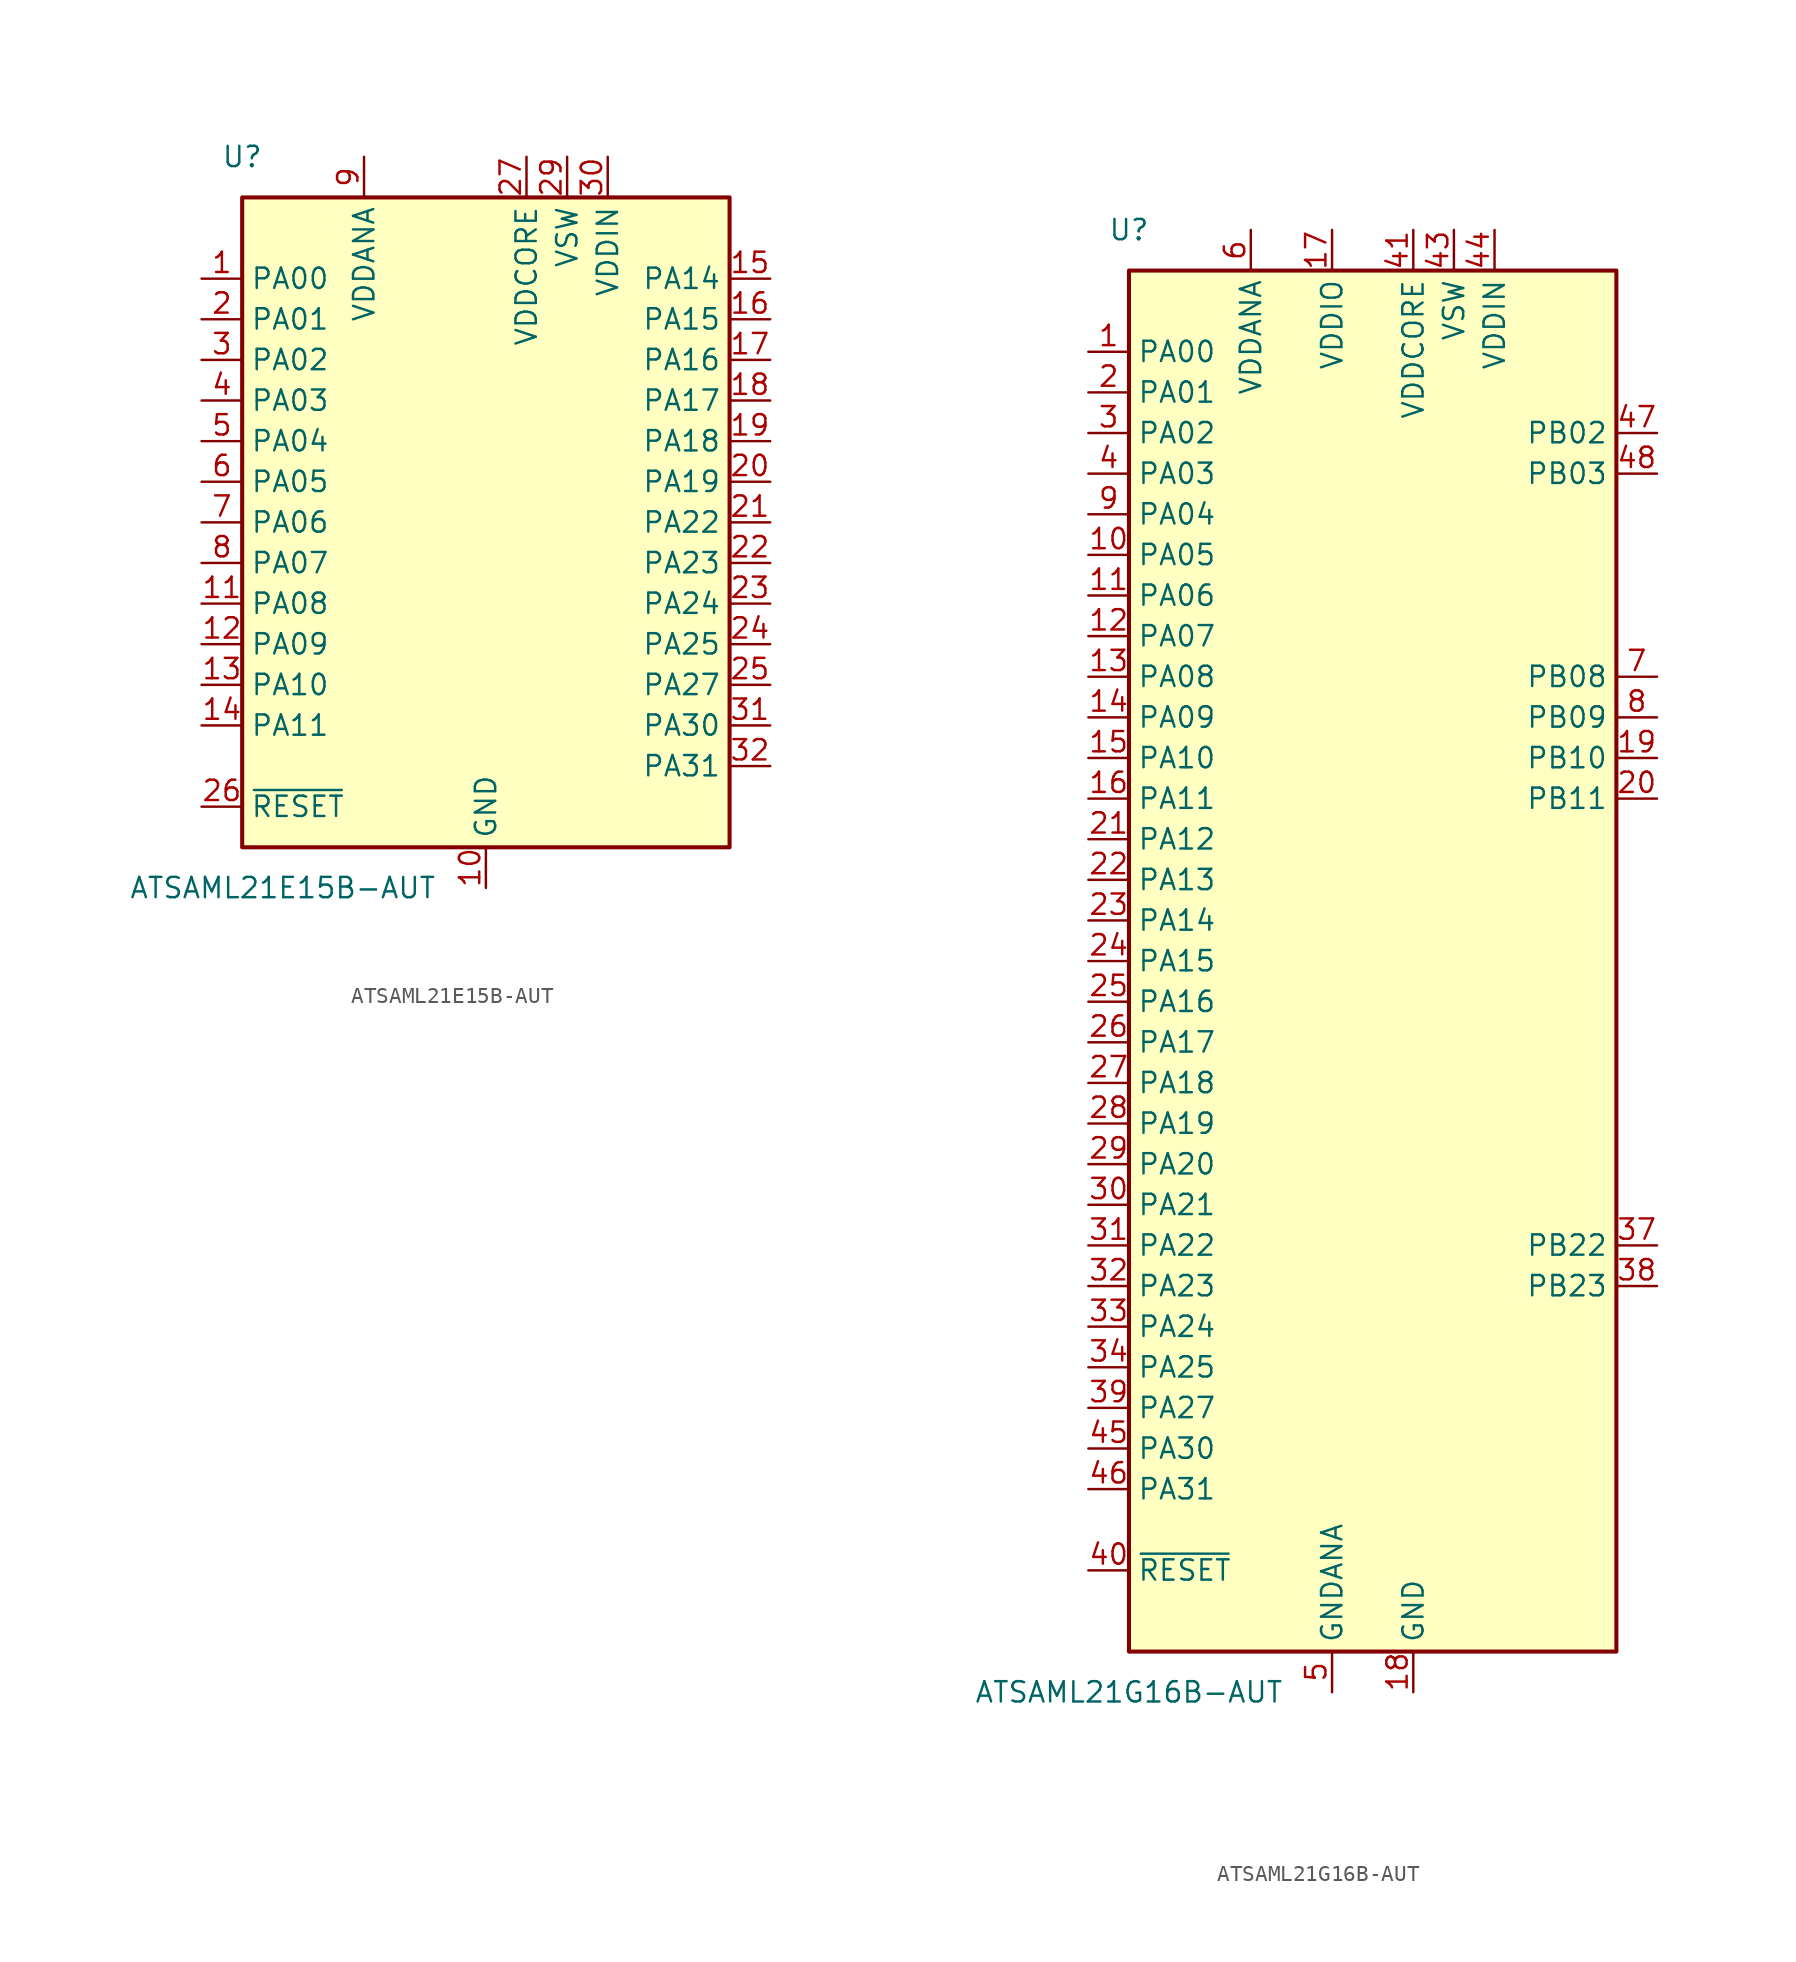
<source format=kicad_sym>
(kicad_symbol_lib
  (version 20241209)
  (generator "kicad_symbol_editor")
  (generator_version "9.0")
  (symbol "ATSAML21E15B-AUT"
    (property "Reference" "U"
      (at -15.24 22.86 0)
      (effects (font (size 1.27 1.27))))
    (property "Value" "ATSAML21E15B-AUT"
      (at -12.7 -22.86 0)
      (effects (font (size 1.27 1.27))))
    (symbol "ATSAML21E15B-AUT_0_1"
      (rectangle (start -15.24 20.32) (end 15.24 -20.32) (stroke (width 0.254) (type default)) (fill (type background))))
    (symbol "ATSAML21E15B-AUT_1_1"
      (pin bidirectional line (at -17.78 15.24 0) (length 2.54) (name "PA00" (effects (font (size 1.27 1.27)))) (number "1" (effects (font (size 1.27 1.27)))))
      (pin bidirectional line (at -17.78 12.7 0) (length 2.54) (name "PA01" (effects (font (size 1.27 1.27)))) (number "2" (effects (font (size 1.27 1.27)))))
      (pin bidirectional line (at -17.78 10.16 0) (length 2.54) (name "PA02" (effects (font (size 1.27 1.27)))) (number "3" (effects (font (size 1.27 1.27)))))
      (pin bidirectional line (at -17.78 7.62 0) (length 2.54) (name "PA03" (effects (font (size 1.27 1.27)))) (number "4" (effects (font (size 1.27 1.27)))))
      (pin bidirectional line (at -17.78 5.08 0) (length 2.54) (name "PA04" (effects (font (size 1.27 1.27)))) (number "5" (effects (font (size 1.27 1.27)))))
      (pin bidirectional line (at -17.78 2.54 0) (length 2.54) (name "PA05" (effects (font (size 1.27 1.27)))) (number "6" (effects (font (size 1.27 1.27)))))
      (pin bidirectional line (at -17.78 0 0) (length 2.54) (name "PA06" (effects (font (size 1.27 1.27)))) (number "7" (effects (font (size 1.27 1.27)))))
      (pin bidirectional line (at -17.78 -2.54 0) (length 2.54) (name "PA07" (effects (font (size 1.27 1.27)))) (number "8" (effects (font (size 1.27 1.27)))))
      (pin bidirectional line (at -17.78 -5.08 0) (length 2.54) (name "PA08" (effects (font (size 1.27 1.27)))) (number "11" (effects (font (size 1.27 1.27)))))
      (pin bidirectional line (at -17.78 -7.62 0) (length 2.54) (name "PA09" (effects (font (size 1.27 1.27)))) (number "12" (effects (font (size 1.27 1.27)))))
      (pin bidirectional line (at -17.78 -10.16 0) (length 2.54) (name "PA10" (effects (font (size 1.27 1.27)))) (number "13" (effects (font (size 1.27 1.27)))))
      (pin bidirectional line (at -17.78 -12.7 0) (length 2.54) (name "PA11" (effects (font (size 1.27 1.27)))) (number "14" (effects (font (size 1.27 1.27)))))
      (pin input line (at -17.78 -17.78 0) (length 2.54) (name "~{RESET}" (effects (font (size 1.27 1.27)))) (number "26" (effects (font (size 1.27 1.27)))))
      (pin power_in line (at -7.62 22.86 270) (length 2.54) (name "VDDANA" (effects (font (size 1.27 1.27)))) (number "9" (effects (font (size 1.27 1.27)))))
      (pin power_in line (at 0 -22.86 90) (length 2.54) (name "GND" (effects (font (size 1.27 1.27)))) (number "10" (effects (font (size 1.27 1.27)))))
      (pin passive line (at 0 -22.86 90) (length 2.54) (hide yes) (name "GND" (effects (font (size 1.27 1.27)))) (number "28" (effects (font (size 1.27 1.27)))))
      (pin power_in line (at 2.54 22.86 270) (length 2.54) (name "VDDCORE" (effects (font (size 1.27 1.27)))) (number "27" (effects (font (size 1.27 1.27)))))
      (pin power_out line (at 5.08 22.86 270) (length 2.54) (name "VSW" (effects (font (size 1.27 1.27)))) (number "29" (effects (font (size 1.27 1.27)))))
      (pin power_in line (at 7.62 22.86 270) (length 2.54) (name "VDDIN" (effects (font (size 1.27 1.27)))) (number "30" (effects (font (size 1.27 1.27)))))
      (pin bidirectional line (at 17.78 15.24 180) (length 2.54) (name "PA14" (effects (font (size 1.27 1.27)))) (number "15" (effects (font (size 1.27 1.27)))))
      (pin bidirectional line (at 17.78 12.7 180) (length 2.54) (name "PA15" (effects (font (size 1.27 1.27)))) (number "16" (effects (font (size 1.27 1.27)))))
      (pin bidirectional line (at 17.78 10.16 180) (length 2.54) (name "PA16" (effects (font (size 1.27 1.27)))) (number "17" (effects (font (size 1.27 1.27)))))
      (pin bidirectional line (at 17.78 7.62 180) (length 2.54) (name "PA17" (effects (font (size 1.27 1.27)))) (number "18" (effects (font (size 1.27 1.27)))))
      (pin bidirectional line (at 17.78 5.08 180) (length 2.54) (name "PA18" (effects (font (size 1.27 1.27)))) (number "19" (effects (font (size 1.27 1.27)))))
      (pin bidirectional line (at 17.78 2.54 180) (length 2.54) (name "PA19" (effects (font (size 1.27 1.27)))) (number "20" (effects (font (size 1.27 1.27)))))
      (pin bidirectional line (at 17.78 0 180) (length 2.54) (name "PA22" (effects (font (size 1.27 1.27)))) (number "21" (effects (font (size 1.27 1.27)))))
      (pin bidirectional line (at 17.78 -2.54 180) (length 2.54) (name "PA23" (effects (font (size 1.27 1.27)))) (number "22" (effects (font (size 1.27 1.27)))))
      (pin bidirectional line (at 17.78 -5.08 180) (length 2.54) (name "PA24" (effects (font (size 1.27 1.27)))) (number "23" (effects (font (size 1.27 1.27)))))
      (pin bidirectional line (at 17.78 -7.62 180) (length 2.54) (name "PA25" (effects (font (size 1.27 1.27)))) (number "24" (effects (font (size 1.27 1.27)))))
      (pin bidirectional line (at 17.78 -10.16 180) (length 2.54) (name "PA27" (effects (font (size 1.27 1.27)))) (number "25" (effects (font (size 1.27 1.27)))))
      (pin bidirectional line (at 17.78 -12.7 180) (length 2.54) (name "PA30" (effects (font (size 1.27 1.27)))) (number "31" (effects (font (size 1.27 1.27)))))
      (pin bidirectional line (at 17.78 -15.24 180) (length 2.54) (name "PA31" (effects (font (size 1.27 1.27)))) (number "32" (effects (font (size 1.27 1.27)))))))
  (symbol "ATSAML21G16B-AUT"
    (property "Reference" "U"
      (at -15.24 45.72 0)
      (effects (font (size 1.27 1.27))))
    (property "Value" "ATSAML21G16B-AUT"
      (at -15.24 -45.72 0)
      (effects (font (size 1.27 1.27))))
    (symbol "ATSAML21G16B-AUT_0_1"
      (rectangle (start -15.24 43.18) (end 15.24 -43.18) (stroke (width 0.254) (type default)) (fill (type background))))
    (symbol "ATSAML21G16B-AUT_1_1"
      (pin bidirectional line (at -17.78 38.1 0) (length 2.54) (name "PA00" (effects (font (size 1.27 1.27)))) (number "1" (effects (font (size 1.27 1.27)))))
      (pin bidirectional line (at -17.78 35.56 0) (length 2.54) (name "PA01" (effects (font (size 1.27 1.27)))) (number "2" (effects (font (size 1.27 1.27)))))
      (pin bidirectional line (at -17.78 33.02 0) (length 2.54) (name "PA02" (effects (font (size 1.27 1.27)))) (number "3" (effects (font (size 1.27 1.27)))))
      (pin bidirectional line (at -17.78 30.48 0) (length 2.54) (name "PA03" (effects (font (size 1.27 1.27)))) (number "4" (effects (font (size 1.27 1.27)))))
      (pin bidirectional line (at -17.78 27.94 0) (length 2.54) (name "PA04" (effects (font (size 1.27 1.27)))) (number "9" (effects (font (size 1.27 1.27)))))
      (pin bidirectional line (at -17.78 25.4 0) (length 2.54) (name "PA05" (effects (font (size 1.27 1.27)))) (number "10" (effects (font (size 1.27 1.27)))))
      (pin bidirectional line (at -17.78 22.86 0) (length 2.54) (name "PA06" (effects (font (size 1.27 1.27)))) (number "11" (effects (font (size 1.27 1.27)))))
      (pin bidirectional line (at -17.78 20.32 0) (length 2.54) (name "PA07" (effects (font (size 1.27 1.27)))) (number "12" (effects (font (size 1.27 1.27)))))
      (pin bidirectional line (at -17.78 17.78 0) (length 2.54) (name "PA08" (effects (font (size 1.27 1.27)))) (number "13" (effects (font (size 1.27 1.27)))))
      (pin bidirectional line (at -17.78 15.24 0) (length 2.54) (name "PA09" (effects (font (size 1.27 1.27)))) (number "14" (effects (font (size 1.27 1.27)))))
      (pin bidirectional line (at -17.78 12.7 0) (length 2.54) (name "PA10" (effects (font (size 1.27 1.27)))) (number "15" (effects (font (size 1.27 1.27)))))
      (pin bidirectional line (at -17.78 10.16 0) (length 2.54) (name "PA11" (effects (font (size 1.27 1.27)))) (number "16" (effects (font (size 1.27 1.27)))))
      (pin bidirectional line (at -17.78 7.62 0) (length 2.54) (name "PA12" (effects (font (size 1.27 1.27)))) (number "21" (effects (font (size 1.27 1.27)))))
      (pin bidirectional line (at -17.78 5.08 0) (length 2.54) (name "PA13" (effects (font (size 1.27 1.27)))) (number "22" (effects (font (size 1.27 1.27)))))
      (pin bidirectional line (at -17.78 2.54 0) (length 2.54) (name "PA14" (effects (font (size 1.27 1.27)))) (number "23" (effects (font (size 1.27 1.27)))))
      (pin bidirectional line (at -17.78 0 0) (length 2.54) (name "PA15" (effects (font (size 1.27 1.27)))) (number "24" (effects (font (size 1.27 1.27)))))
      (pin bidirectional line (at -17.78 -2.54 0) (length 2.54) (name "PA16" (effects (font (size 1.27 1.27)))) (number "25" (effects (font (size 1.27 1.27)))))
      (pin bidirectional line (at -17.78 -5.08 0) (length 2.54) (name "PA17" (effects (font (size 1.27 1.27)))) (number "26" (effects (font (size 1.27 1.27)))))
      (pin bidirectional line (at -17.78 -7.62 0) (length 2.54) (name "PA18" (effects (font (size 1.27 1.27)))) (number "27" (effects (font (size 1.27 1.27)))))
      (pin bidirectional line (at -17.78 -10.16 0) (length 2.54) (name "PA19" (effects (font (size 1.27 1.27)))) (number "28" (effects (font (size 1.27 1.27)))))
      (pin bidirectional line (at -17.78 -12.7 0) (length 2.54) (name "PA20" (effects (font (size 1.27 1.27)))) (number "29" (effects (font (size 1.27 1.27)))))
      (pin bidirectional line (at -17.78 -15.24 0) (length 2.54) (name "PA21" (effects (font (size 1.27 1.27)))) (number "30" (effects (font (size 1.27 1.27)))))
      (pin bidirectional line (at -17.78 -17.78 0) (length 2.54) (name "PA22" (effects (font (size 1.27 1.27)))) (number "31" (effects (font (size 1.27 1.27)))))
      (pin bidirectional line (at -17.78 -20.32 0) (length 2.54) (name "PA23" (effects (font (size 1.27 1.27)))) (number "32" (effects (font (size 1.27 1.27)))))
      (pin bidirectional line (at -17.78 -22.86 0) (length 2.54) (name "PA24" (effects (font (size 1.27 1.27)))) (number "33" (effects (font (size 1.27 1.27)))))
      (pin bidirectional line (at -17.78 -25.4 0) (length 2.54) (name "PA25" (effects (font (size 1.27 1.27)))) (number "34" (effects (font (size 1.27 1.27)))))
      (pin bidirectional line (at -17.78 -27.94 0) (length 2.54) (name "PA27" (effects (font (size 1.27 1.27)))) (number "39" (effects (font (size 1.27 1.27)))))
      (pin bidirectional line (at -17.78 -30.48 0) (length 2.54) (name "PA30" (effects (font (size 1.27 1.27)))) (number "45" (effects (font (size 1.27 1.27)))))
      (pin bidirectional line (at -17.78 -33.02 0) (length 2.54) (name "PA31" (effects (font (size 1.27 1.27)))) (number "46" (effects (font (size 1.27 1.27)))))
      (pin input line (at -17.78 -38.1 0) (length 2.54) (name "~{RESET}" (effects (font (size 1.27 1.27)))) (number "40" (effects (font (size 1.27 1.27)))))
      (pin power_in line (at -7.62 45.72 270) (length 2.54) (name "VDDANA" (effects (font (size 1.27 1.27)))) (number "6" (effects (font (size 1.27 1.27)))))
      (pin power_in line (at -2.54 45.72 270) (length 2.54) (name "VDDIO" (effects (font (size 1.27 1.27)))) (number "17" (effects (font (size 1.27 1.27)))))
      (pin passive line (at -2.54 45.72 270) (length 2.54) (hide yes) (name "VDDIO" (effects (font (size 1.27 1.27)))) (number "36" (effects (font (size 1.27 1.27)))))
      (pin power_in line (at -2.54 -45.72 90) (length 2.54) (name "GNDANA" (effects (font (size 1.27 1.27)))) (number "5" (effects (font (size 1.27 1.27)))))
      (pin power_in line (at 2.54 45.72 270) (length 2.54) (name "VDDCORE" (effects (font (size 1.27 1.27)))) (number "41" (effects (font (size 1.27 1.27)))))
      (pin power_in line (at 2.54 -45.72 90) (length 2.54) (name "GND" (effects (font (size 1.27 1.27)))) (number "18" (effects (font (size 1.27 1.27)))))
      (pin passive line (at 2.54 -45.72 90) (length 2.54) (hide yes) (name "GND" (effects (font (size 1.27 1.27)))) (number "35" (effects (font (size 1.27 1.27)))))
      (pin passive line (at 2.54 -45.72 90) (length 2.54) (hide yes) (name "GND" (effects (font (size 1.27 1.27)))) (number "42" (effects (font (size 1.27 1.27)))))
      (pin power_out line (at 5.08 45.72 270) (length 2.54) (name "VSW" (effects (font (size 1.27 1.27)))) (number "43" (effects (font (size 1.27 1.27)))))
      (pin power_in line (at 7.62 45.72 270) (length 2.54) (name "VDDIN" (effects (font (size 1.27 1.27)))) (number "44" (effects (font (size 1.27 1.27)))))
      (pin bidirectional line (at 17.78 33.02 180) (length 2.54) (name "PB02" (effects (font (size 1.27 1.27)))) (number "47" (effects (font (size 1.27 1.27)))))
      (pin bidirectional line (at 17.78 30.48 180) (length 2.54) (name "PB03" (effects (font (size 1.27 1.27)))) (number "48" (effects (font (size 1.27 1.27)))))
      (pin bidirectional line (at 17.78 17.78 180) (length 2.54) (name "PB08" (effects (font (size 1.27 1.27)))) (number "7" (effects (font (size 1.27 1.27)))))
      (pin bidirectional line (at 17.78 15.24 180) (length 2.54) (name "PB09" (effects (font (size 1.27 1.27)))) (number "8" (effects (font (size 1.27 1.27)))))
      (pin bidirectional line (at 17.78 12.7 180) (length 2.54) (name "PB10" (effects (font (size 1.27 1.27)))) (number "19" (effects (font (size 1.27 1.27)))))
      (pin bidirectional line (at 17.78 10.16 180) (length 2.54) (name "PB11" (effects (font (size 1.27 1.27)))) (number "20" (effects (font (size 1.27 1.27)))))
      (pin bidirectional line (at 17.78 -17.78 180) (length 2.54) (name "PB22" (effects (font (size 1.27 1.27)))) (number "37" (effects (font (size 1.27 1.27)))))
      (pin bidirectional line (at 17.78 -20.32 180) (length 2.54) (name "PB23" (effects (font (size 1.27 1.27)))) (number "38" (effects (font (size 1.27 1.27))))))))
</source>
